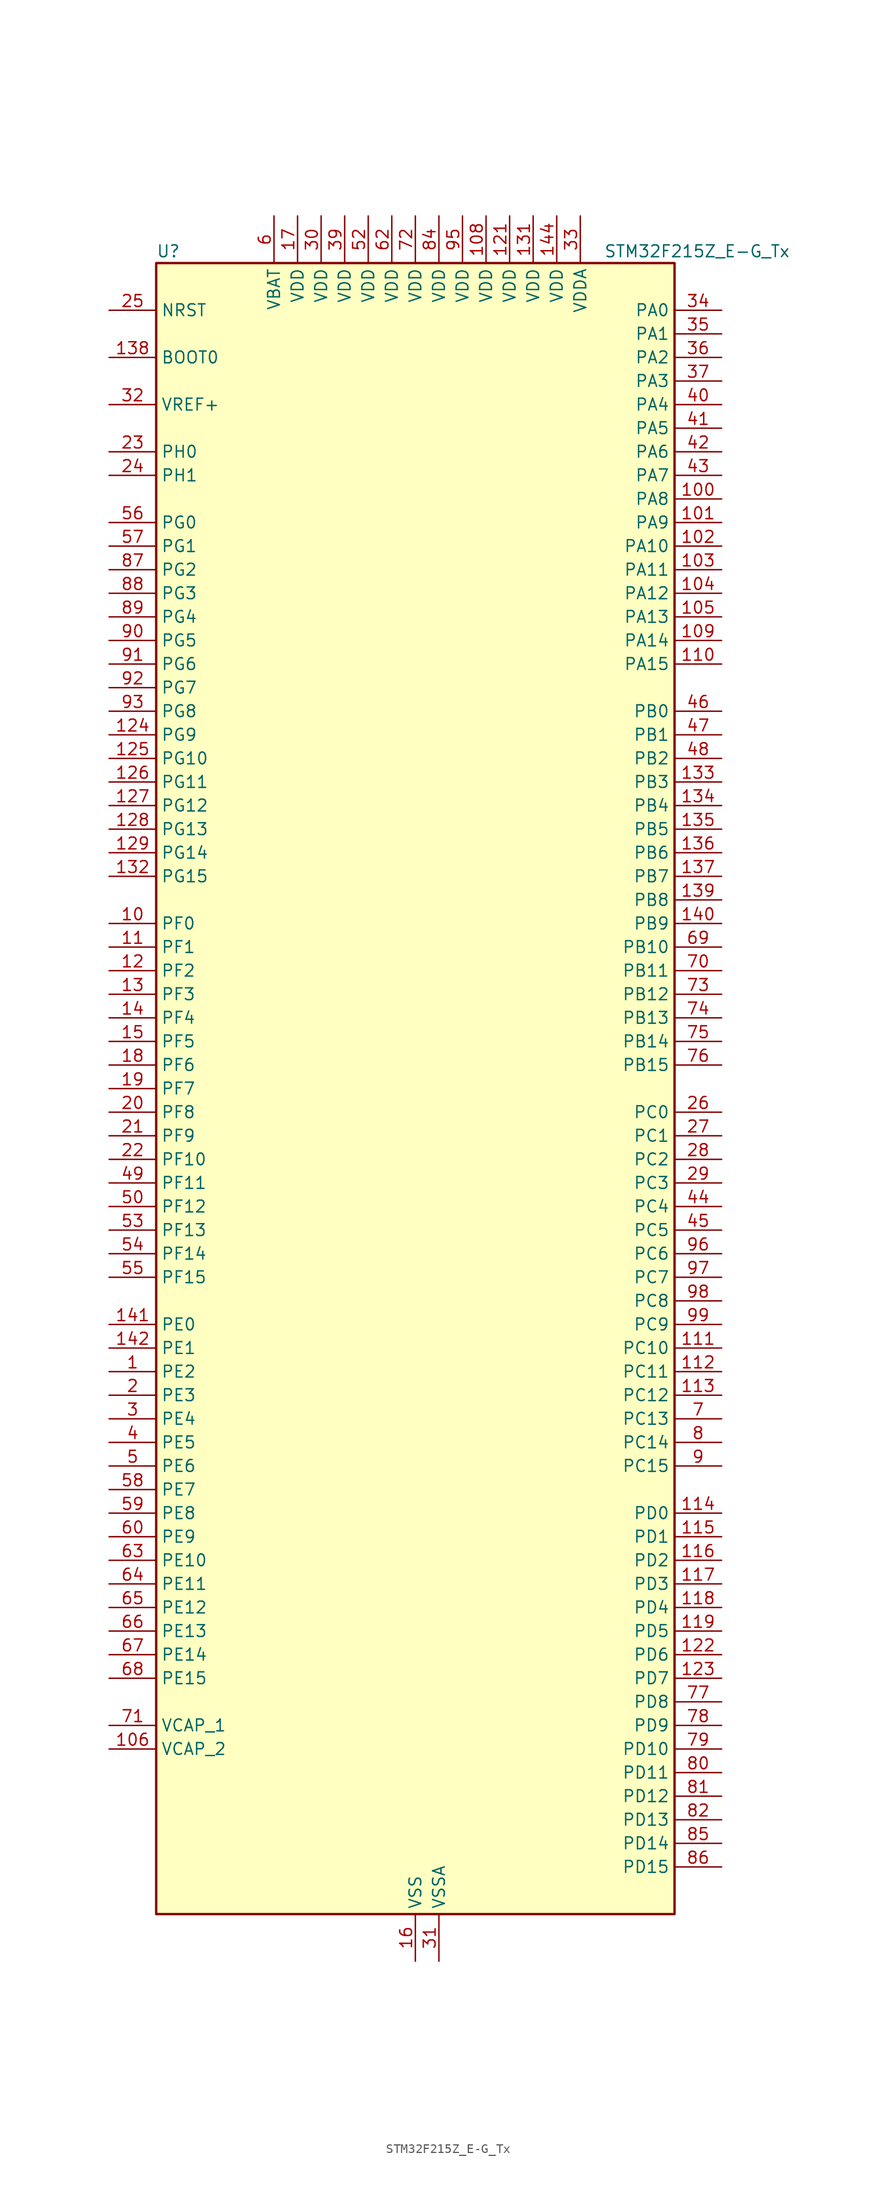
<source format=kicad_sym>
(kicad_symbol_lib
  (version 20241209)
  (generator "kicad_symbol_editor")
  (generator_version "9.0")
  (symbol "STM32F215Z_E-G_Tx"
    (property "Reference" "U"
      (at -27.94 90.17 0)
      (effects (font (size 1.27 1.27)) (justify left)))
    (property "Value" "STM32F215Z_E-G_Tx"
      (at 20.32 90.17 0)
      (effects (font (size 1.27 1.27)) (justify left)))
    (symbol "STM32F215Z_E-G_Tx_0_1"
      (rectangle (start -27.94 -88.9) (end 27.94 88.9) (stroke (width 0.254) (type default)) (fill (type background))))
    (symbol "STM32F215Z_E-G_Tx_1_1"
      (pin input line (at -33.02 83.82 0) (length 5.08) (name "NRST" (effects (font (size 1.27 1.27)))) (number "25" (effects (font (size 1.27 1.27)))))
      (pin input line (at -33.02 78.74 0) (length 5.08) (name "BOOT0" (effects (font (size 1.27 1.27)))) (number "138" (effects (font (size 1.27 1.27)))))
      (pin input line (at -33.02 73.66 0) (length 5.08) (name "VREF+" (effects (font (size 1.27 1.27)))) (number "32" (effects (font (size 1.27 1.27)))))
      (pin bidirectional line (at -33.02 68.58 0) (length 5.08) (name "PH0" (effects (font (size 1.27 1.27)))) (number "23" (effects (font (size 1.27 1.27)))) (alternate "RCC_OSC_IN" bidirectional line))
      (pin bidirectional line (at -33.02 66.04 0) (length 5.08) (name "PH1" (effects (font (size 1.27 1.27)))) (number "24" (effects (font (size 1.27 1.27)))) (alternate "RCC_OSC_OUT" bidirectional line))
      (pin bidirectional line (at -33.02 60.96 0) (length 5.08) (name "PG0" (effects (font (size 1.27 1.27)))) (number "56" (effects (font (size 1.27 1.27)))) (alternate "FSMC_A10" bidirectional line))
      (pin bidirectional line (at -33.02 58.42 0) (length 5.08) (name "PG1" (effects (font (size 1.27 1.27)))) (number "57" (effects (font (size 1.27 1.27)))) (alternate "FSMC_A11" bidirectional line))
      (pin bidirectional line (at -33.02 55.88 0) (length 5.08) (name "PG2" (effects (font (size 1.27 1.27)))) (number "87" (effects (font (size 1.27 1.27)))) (alternate "FSMC_A12" bidirectional line))
      (pin bidirectional line (at -33.02 53.34 0) (length 5.08) (name "PG3" (effects (font (size 1.27 1.27)))) (number "88" (effects (font (size 1.27 1.27)))) (alternate "FSMC_A13" bidirectional line))
      (pin bidirectional line (at -33.02 50.8 0) (length 5.08) (name "PG4" (effects (font (size 1.27 1.27)))) (number "89" (effects (font (size 1.27 1.27)))) (alternate "FSMC_A14" bidirectional line))
      (pin bidirectional line (at -33.02 48.26 0) (length 5.08) (name "PG5" (effects (font (size 1.27 1.27)))) (number "90" (effects (font (size 1.27 1.27)))) (alternate "FSMC_A15" bidirectional line))
      (pin bidirectional line (at -33.02 45.72 0) (length 5.08) (name "PG6" (effects (font (size 1.27 1.27)))) (number "91" (effects (font (size 1.27 1.27)))) (alternate "FSMC_INT2" bidirectional line))
      (pin bidirectional line (at -33.02 43.18 0) (length 5.08) (name "PG7" (effects (font (size 1.27 1.27)))) (number "92" (effects (font (size 1.27 1.27)))) (alternate "FSMC_INT3" bidirectional line) (alternate "USART6_CK" bidirectional line))
      (pin bidirectional line (at -33.02 40.64 0) (length 5.08) (name "PG8" (effects (font (size 1.27 1.27)))) (number "93" (effects (font (size 1.27 1.27)))) (alternate "USART6_RTS" bidirectional line))
      (pin bidirectional line (at -33.02 38.1 0) (length 5.08) (name "PG9" (effects (font (size 1.27 1.27)))) (number "124" (effects (font (size 1.27 1.27)))) (alternate "DAC_EXTI9" bidirectional line) (alternate "FSMC_NCE3" bidirectional line) (alternate "FSMC_NE2" bidirectional line) (alternate "USART6_RX" bidirectional line))
      (pin bidirectional line (at -33.02 35.56 0) (length 5.08) (name "PG10" (effects (font (size 1.27 1.27)))) (number "125" (effects (font (size 1.27 1.27)))) (alternate "FSMC_NCE4_1" bidirectional line) (alternate "FSMC_NE3" bidirectional line))
      (pin bidirectional line (at -33.02 33.02 0) (length 5.08) (name "PG11" (effects (font (size 1.27 1.27)))) (number "126" (effects (font (size 1.27 1.27)))) (alternate "ADC1_EXTI11" bidirectional line) (alternate "ADC2_EXTI11" bidirectional line) (alternate "ADC3_EXTI11" bidirectional line) (alternate "FSMC_NCE4_2" bidirectional line))
      (pin bidirectional line (at -33.02 30.48 0) (length 5.08) (name "PG12" (effects (font (size 1.27 1.27)))) (number "127" (effects (font (size 1.27 1.27)))) (alternate "FSMC_NE4" bidirectional line) (alternate "USART6_RTS" bidirectional line))
      (pin bidirectional line (at -33.02 27.94 0) (length 5.08) (name "PG13" (effects (font (size 1.27 1.27)))) (number "128" (effects (font (size 1.27 1.27)))) (alternate "FSMC_A24" bidirectional line) (alternate "USART6_CTS" bidirectional line))
      (pin bidirectional line (at -33.02 25.4 0) (length 5.08) (name "PG14" (effects (font (size 1.27 1.27)))) (number "129" (effects (font (size 1.27 1.27)))) (alternate "FSMC_A25" bidirectional line) (alternate "USART6_TX" bidirectional line))
      (pin bidirectional line (at -33.02 22.86 0) (length 5.08) (name "PG15" (effects (font (size 1.27 1.27)))) (number "132" (effects (font (size 1.27 1.27)))) (alternate "ADC1_EXTI15" bidirectional line) (alternate "ADC2_EXTI15" bidirectional line) (alternate "ADC3_EXTI15" bidirectional line) (alternate "USART6_CTS" bidirectional line))
      (pin bidirectional line (at -33.02 17.78 0) (length 5.08) (name "PF0" (effects (font (size 1.27 1.27)))) (number "10" (effects (font (size 1.27 1.27)))) (alternate "FSMC_A0" bidirectional line) (alternate "I2C2_SDA" bidirectional line))
      (pin bidirectional line (at -33.02 15.24 0) (length 5.08) (name "PF1" (effects (font (size 1.27 1.27)))) (number "11" (effects (font (size 1.27 1.27)))) (alternate "FSMC_A1" bidirectional line) (alternate "I2C2_SCL" bidirectional line))
      (pin bidirectional line (at -33.02 12.7 0) (length 5.08) (name "PF2" (effects (font (size 1.27 1.27)))) (number "12" (effects (font (size 1.27 1.27)))) (alternate "FSMC_A2" bidirectional line) (alternate "I2C2_SMBA" bidirectional line))
      (pin bidirectional line (at -33.02 10.16 0) (length 5.08) (name "PF3" (effects (font (size 1.27 1.27)))) (number "13" (effects (font (size 1.27 1.27)))) (alternate "ADC3_IN9" bidirectional line) (alternate "FSMC_A3" bidirectional line))
      (pin bidirectional line (at -33.02 7.62 0) (length 5.08) (name "PF4" (effects (font (size 1.27 1.27)))) (number "14" (effects (font (size 1.27 1.27)))) (alternate "ADC3_IN14" bidirectional line) (alternate "FSMC_A4" bidirectional line))
      (pin bidirectional line (at -33.02 5.08 0) (length 5.08) (name "PF5" (effects (font (size 1.27 1.27)))) (number "15" (effects (font (size 1.27 1.27)))) (alternate "ADC3_IN15" bidirectional line) (alternate "FSMC_A5" bidirectional line))
      (pin bidirectional line (at -33.02 2.54 0) (length 5.08) (name "PF6" (effects (font (size 1.27 1.27)))) (number "18" (effects (font (size 1.27 1.27)))) (alternate "ADC3_IN4" bidirectional line) (alternate "FSMC_NIORD" bidirectional line) (alternate "TIM10_CH1" bidirectional line))
      (pin bidirectional line (at -33.02 0 0) (length 5.08) (name "PF7" (effects (font (size 1.27 1.27)))) (number "19" (effects (font (size 1.27 1.27)))) (alternate "ADC3_IN5" bidirectional line) (alternate "FSMC_NREG" bidirectional line) (alternate "TIM11_CH1" bidirectional line))
      (pin bidirectional line (at -33.02 -2.54 0) (length 5.08) (name "PF8" (effects (font (size 1.27 1.27)))) (number "20" (effects (font (size 1.27 1.27)))) (alternate "ADC3_IN6" bidirectional line) (alternate "FSMC_NIOWR" bidirectional line) (alternate "TIM13_CH1" bidirectional line))
      (pin bidirectional line (at -33.02 -5.08 0) (length 5.08) (name "PF9" (effects (font (size 1.27 1.27)))) (number "21" (effects (font (size 1.27 1.27)))) (alternate "ADC3_IN7" bidirectional line) (alternate "DAC_EXTI9" bidirectional line) (alternate "FSMC_CD" bidirectional line) (alternate "TIM14_CH1" bidirectional line))
      (pin bidirectional line (at -33.02 -7.62 0) (length 5.08) (name "PF10" (effects (font (size 1.27 1.27)))) (number "22" (effects (font (size 1.27 1.27)))) (alternate "ADC3_IN8" bidirectional line) (alternate "FSMC_INTR" bidirectional line))
      (pin bidirectional line (at -33.02 -10.16 0) (length 5.08) (name "PF11" (effects (font (size 1.27 1.27)))) (number "49" (effects (font (size 1.27 1.27)))) (alternate "ADC1_EXTI11" bidirectional line) (alternate "ADC2_EXTI11" bidirectional line) (alternate "ADC3_EXTI11" bidirectional line))
      (pin bidirectional line (at -33.02 -12.7 0) (length 5.08) (name "PF12" (effects (font (size 1.27 1.27)))) (number "50" (effects (font (size 1.27 1.27)))) (alternate "FSMC_A6" bidirectional line))
      (pin bidirectional line (at -33.02 -15.24 0) (length 5.08) (name "PF13" (effects (font (size 1.27 1.27)))) (number "53" (effects (font (size 1.27 1.27)))) (alternate "FSMC_A7" bidirectional line))
      (pin bidirectional line (at -33.02 -17.78 0) (length 5.08) (name "PF14" (effects (font (size 1.27 1.27)))) (number "54" (effects (font (size 1.27 1.27)))) (alternate "FSMC_A8" bidirectional line))
      (pin bidirectional line (at -33.02 -20.32 0) (length 5.08) (name "PF15" (effects (font (size 1.27 1.27)))) (number "55" (effects (font (size 1.27 1.27)))) (alternate "ADC1_EXTI15" bidirectional line) (alternate "ADC2_EXTI15" bidirectional line) (alternate "ADC3_EXTI15" bidirectional line) (alternate "FSMC_A9" bidirectional line))
      (pin bidirectional line (at -33.02 -25.4 0) (length 5.08) (name "PE0" (effects (font (size 1.27 1.27)))) (number "141" (effects (font (size 1.27 1.27)))) (alternate "FSMC_NBL0" bidirectional line) (alternate "TIM4_ETR" bidirectional line))
      (pin bidirectional line (at -33.02 -27.94 0) (length 5.08) (name "PE1" (effects (font (size 1.27 1.27)))) (number "142" (effects (font (size 1.27 1.27)))) (alternate "FSMC_NBL1" bidirectional line))
      (pin bidirectional line (at -33.02 -30.48 0) (length 5.08) (name "PE2" (effects (font (size 1.27 1.27)))) (number "1" (effects (font (size 1.27 1.27)))) (alternate "FSMC_A23" bidirectional line) (alternate "SYS_TRACECLK" bidirectional line))
      (pin bidirectional line (at -33.02 -33.02 0) (length 5.08) (name "PE3" (effects (font (size 1.27 1.27)))) (number "2" (effects (font (size 1.27 1.27)))) (alternate "FSMC_A19" bidirectional line) (alternate "SYS_TRACED0" bidirectional line))
      (pin bidirectional line (at -33.02 -35.56 0) (length 5.08) (name "PE4" (effects (font (size 1.27 1.27)))) (number "3" (effects (font (size 1.27 1.27)))) (alternate "FSMC_A20" bidirectional line) (alternate "SYS_TRACED1" bidirectional line))
      (pin bidirectional line (at -33.02 -38.1 0) (length 5.08) (name "PE5" (effects (font (size 1.27 1.27)))) (number "4" (effects (font (size 1.27 1.27)))) (alternate "FSMC_A21" bidirectional line) (alternate "SYS_TRACED2" bidirectional line) (alternate "TIM9_CH1" bidirectional line))
      (pin bidirectional line (at -33.02 -40.64 0) (length 5.08) (name "PE6" (effects (font (size 1.27 1.27)))) (number "5" (effects (font (size 1.27 1.27)))) (alternate "FSMC_A22" bidirectional line) (alternate "SYS_TRACED3" bidirectional line) (alternate "TIM9_CH2" bidirectional line))
      (pin bidirectional line (at -33.02 -43.18 0) (length 5.08) (name "PE7" (effects (font (size 1.27 1.27)))) (number "58" (effects (font (size 1.27 1.27)))) (alternate "FSMC_D4" bidirectional line) (alternate "FSMC_DA4" bidirectional line) (alternate "TIM1_ETR" bidirectional line))
      (pin bidirectional line (at -33.02 -45.72 0) (length 5.08) (name "PE8" (effects (font (size 1.27 1.27)))) (number "59" (effects (font (size 1.27 1.27)))) (alternate "FSMC_D5" bidirectional line) (alternate "FSMC_DA5" bidirectional line) (alternate "TIM1_CH1N" bidirectional line))
      (pin bidirectional line (at -33.02 -48.26 0) (length 5.08) (name "PE9" (effects (font (size 1.27 1.27)))) (number "60" (effects (font (size 1.27 1.27)))) (alternate "DAC_EXTI9" bidirectional line) (alternate "FSMC_D6" bidirectional line) (alternate "FSMC_DA6" bidirectional line) (alternate "TIM1_CH1" bidirectional line))
      (pin bidirectional line (at -33.02 -50.8 0) (length 5.08) (name "PE10" (effects (font (size 1.27 1.27)))) (number "63" (effects (font (size 1.27 1.27)))) (alternate "FSMC_D7" bidirectional line) (alternate "FSMC_DA7" bidirectional line) (alternate "TIM1_CH2N" bidirectional line))
      (pin bidirectional line (at -33.02 -53.34 0) (length 5.08) (name "PE11" (effects (font (size 1.27 1.27)))) (number "64" (effects (font (size 1.27 1.27)))) (alternate "ADC1_EXTI11" bidirectional line) (alternate "ADC2_EXTI11" bidirectional line) (alternate "ADC3_EXTI11" bidirectional line) (alternate "FSMC_D8" bidirectional line) (alternate "FSMC_DA8" bidirectional line) (alternate "TIM1_CH2" bidirectional line))
      (pin bidirectional line (at -33.02 -55.88 0) (length 5.08) (name "PE12" (effects (font (size 1.27 1.27)))) (number "65" (effects (font (size 1.27 1.27)))) (alternate "FSMC_D9" bidirectional line) (alternate "FSMC_DA9" bidirectional line) (alternate "TIM1_CH3N" bidirectional line))
      (pin bidirectional line (at -33.02 -58.42 0) (length 5.08) (name "PE13" (effects (font (size 1.27 1.27)))) (number "66" (effects (font (size 1.27 1.27)))) (alternate "FSMC_D10" bidirectional line) (alternate "FSMC_DA10" bidirectional line) (alternate "TIM1_CH3" bidirectional line))
      (pin bidirectional line (at -33.02 -60.96 0) (length 5.08) (name "PE14" (effects (font (size 1.27 1.27)))) (number "67" (effects (font (size 1.27 1.27)))) (alternate "FSMC_D11" bidirectional line) (alternate "FSMC_DA11" bidirectional line) (alternate "TIM1_CH4" bidirectional line))
      (pin bidirectional line (at -33.02 -63.5 0) (length 5.08) (name "PE15" (effects (font (size 1.27 1.27)))) (number "68" (effects (font (size 1.27 1.27)))) (alternate "ADC1_EXTI15" bidirectional line) (alternate "ADC2_EXTI15" bidirectional line) (alternate "ADC3_EXTI15" bidirectional line) (alternate "FSMC_D12" bidirectional line) (alternate "FSMC_DA12" bidirectional line) (alternate "TIM1_BKIN" bidirectional line))
      (pin power_out line (at -33.02 -68.58 0) (length 5.08) (name "VCAP_1" (effects (font (size 1.27 1.27)))) (number "71" (effects (font (size 1.27 1.27)))))
      (pin power_out line (at -33.02 -71.12 0) (length 5.08) (name "VCAP_2" (effects (font (size 1.27 1.27)))) (number "106" (effects (font (size 1.27 1.27)))))
      (pin no_connect line (at -27.94 -88.9 0) (length 5.08) (hide yes) (name "RFU" (effects (font (size 1.27 1.27)))) (number "143" (effects (font (size 1.27 1.27)))))
      (pin power_in line (at -15.24 93.98 270) (length 5.08) (name "VBAT" (effects (font (size 1.27 1.27)))) (number "6" (effects (font (size 1.27 1.27)))))
      (pin power_in line (at -12.7 93.98 270) (length 5.08) (name "VDD" (effects (font (size 1.27 1.27)))) (number "17" (effects (font (size 1.27 1.27)))))
      (pin power_in line (at -10.16 93.98 270) (length 5.08) (name "VDD" (effects (font (size 1.27 1.27)))) (number "30" (effects (font (size 1.27 1.27)))))
      (pin power_in line (at -7.62 93.98 270) (length 5.08) (name "VDD" (effects (font (size 1.27 1.27)))) (number "39" (effects (font (size 1.27 1.27)))))
      (pin power_in line (at -5.08 93.98 270) (length 5.08) (name "VDD" (effects (font (size 1.27 1.27)))) (number "52" (effects (font (size 1.27 1.27)))))
      (pin power_in line (at -2.54 93.98 270) (length 5.08) (name "VDD" (effects (font (size 1.27 1.27)))) (number "62" (effects (font (size 1.27 1.27)))))
      (pin power_in line (at 0 93.98 270) (length 5.08) (name "VDD" (effects (font (size 1.27 1.27)))) (number "72" (effects (font (size 1.27 1.27)))))
      (pin passive line (at 0 -93.98 90) (length 5.08) (hide yes) (name "VSS" (effects (font (size 1.27 1.27)))) (number "107" (effects (font (size 1.27 1.27)))))
      (pin passive line (at 0 -93.98 90) (length 5.08) (hide yes) (name "VSS" (effects (font (size 1.27 1.27)))) (number "120" (effects (font (size 1.27 1.27)))))
      (pin passive line (at 0 -93.98 90) (length 5.08) (hide yes) (name "VSS" (effects (font (size 1.27 1.27)))) (number "130" (effects (font (size 1.27 1.27)))))
      (pin power_in line (at 0 -93.98 90) (length 5.08) (name "VSS" (effects (font (size 1.27 1.27)))) (number "16" (effects (font (size 1.27 1.27)))))
      (pin passive line (at 0 -93.98 90) (length 5.08) (hide yes) (name "VSS" (effects (font (size 1.27 1.27)))) (number "38" (effects (font (size 1.27 1.27)))))
      (pin passive line (at 0 -93.98 90) (length 5.08) (hide yes) (name "VSS" (effects (font (size 1.27 1.27)))) (number "51" (effects (font (size 1.27 1.27)))))
      (pin passive line (at 0 -93.98 90) (length 5.08) (hide yes) (name "VSS" (effects (font (size 1.27 1.27)))) (number "61" (effects (font (size 1.27 1.27)))))
      (pin passive line (at 0 -93.98 90) (length 5.08) (hide yes) (name "VSS" (effects (font (size 1.27 1.27)))) (number "83" (effects (font (size 1.27 1.27)))))
      (pin passive line (at 0 -93.98 90) (length 5.08) (hide yes) (name "VSS" (effects (font (size 1.27 1.27)))) (number "94" (effects (font (size 1.27 1.27)))))
      (pin power_in line (at 2.54 93.98 270) (length 5.08) (name "VDD" (effects (font (size 1.27 1.27)))) (number "84" (effects (font (size 1.27 1.27)))))
      (pin power_in line (at 2.54 -93.98 90) (length 5.08) (name "VSSA" (effects (font (size 1.27 1.27)))) (number "31" (effects (font (size 1.27 1.27)))))
      (pin power_in line (at 5.08 93.98 270) (length 5.08) (name "VDD" (effects (font (size 1.27 1.27)))) (number "95" (effects (font (size 1.27 1.27)))))
      (pin power_in line (at 7.62 93.98 270) (length 5.08) (name "VDD" (effects (font (size 1.27 1.27)))) (number "108" (effects (font (size 1.27 1.27)))))
      (pin power_in line (at 10.16 93.98 270) (length 5.08) (name "VDD" (effects (font (size 1.27 1.27)))) (number "121" (effects (font (size 1.27 1.27)))))
      (pin power_in line (at 12.7 93.98 270) (length 5.08) (name "VDD" (effects (font (size 1.27 1.27)))) (number "131" (effects (font (size 1.27 1.27)))))
      (pin power_in line (at 15.24 93.98 270) (length 5.08) (name "VDD" (effects (font (size 1.27 1.27)))) (number "144" (effects (font (size 1.27 1.27)))))
      (pin power_in line (at 17.78 93.98 270) (length 5.08) (name "VDDA" (effects (font (size 1.27 1.27)))) (number "33" (effects (font (size 1.27 1.27)))))
      (pin bidirectional line (at 33.02 83.82 180) (length 5.08) (name "PA0" (effects (font (size 1.27 1.27)))) (number "34" (effects (font (size 1.27 1.27)))) (alternate "ADC1_IN0" bidirectional line) (alternate "ADC2_IN0" bidirectional line) (alternate "ADC3_IN0" bidirectional line) (alternate "SYS_WKUP" bidirectional line) (alternate "TIM2_CH1" bidirectional line) (alternate "TIM2_ETR" bidirectional line) (alternate "TIM5_CH1" bidirectional line) (alternate "TIM8_ETR" bidirectional line) (alternate "UART4_TX" bidirectional line) (alternate "USART2_CTS" bidirectional line))
      (pin bidirectional line (at 33.02 81.28 180) (length 5.08) (name "PA1" (effects (font (size 1.27 1.27)))) (number "35" (effects (font (size 1.27 1.27)))) (alternate "ADC1_IN1" bidirectional line) (alternate "ADC2_IN1" bidirectional line) (alternate "ADC3_IN1" bidirectional line) (alternate "TIM2_CH2" bidirectional line) (alternate "TIM5_CH2" bidirectional line) (alternate "UART4_RX" bidirectional line) (alternate "USART2_RTS" bidirectional line))
      (pin bidirectional line (at 33.02 78.74 180) (length 5.08) (name "PA2" (effects (font (size 1.27 1.27)))) (number "36" (effects (font (size 1.27 1.27)))) (alternate "ADC1_IN2" bidirectional line) (alternate "ADC2_IN2" bidirectional line) (alternate "ADC3_IN2" bidirectional line) (alternate "TIM2_CH3" bidirectional line) (alternate "TIM5_CH3" bidirectional line) (alternate "TIM9_CH1" bidirectional line) (alternate "USART2_TX" bidirectional line))
      (pin bidirectional line (at 33.02 76.2 180) (length 5.08) (name "PA3" (effects (font (size 1.27 1.27)))) (number "37" (effects (font (size 1.27 1.27)))) (alternate "ADC1_IN3" bidirectional line) (alternate "ADC2_IN3" bidirectional line) (alternate "ADC3_IN3" bidirectional line) (alternate "TIM2_CH4" bidirectional line) (alternate "TIM5_CH4" bidirectional line) (alternate "TIM9_CH2" bidirectional line) (alternate "USART2_RX" bidirectional line) (alternate "USB_OTG_HS_ULPI_D0" bidirectional line))
      (pin bidirectional line (at 33.02 73.66 180) (length 5.08) (name "PA4" (effects (font (size 1.27 1.27)))) (number "40" (effects (font (size 1.27 1.27)))) (alternate "ADC1_IN4" bidirectional line) (alternate "ADC2_IN4" bidirectional line) (alternate "DAC_OUT1" bidirectional line) (alternate "I2S3_WS" bidirectional line) (alternate "SPI1_NSS" bidirectional line) (alternate "SPI3_NSS" bidirectional line) (alternate "USART2_CK" bidirectional line) (alternate "USB_OTG_HS_SOF" bidirectional line))
      (pin bidirectional line (at 33.02 71.12 180) (length 5.08) (name "PA5" (effects (font (size 1.27 1.27)))) (number "41" (effects (font (size 1.27 1.27)))) (alternate "ADC1_IN5" bidirectional line) (alternate "ADC2_IN5" bidirectional line) (alternate "DAC_OUT2" bidirectional line) (alternate "SPI1_SCK" bidirectional line) (alternate "TIM2_CH1" bidirectional line) (alternate "TIM2_ETR" bidirectional line) (alternate "TIM8_CH1N" bidirectional line) (alternate "USB_OTG_HS_ULPI_CK" bidirectional line))
      (pin bidirectional line (at 33.02 68.58 180) (length 5.08) (name "PA6" (effects (font (size 1.27 1.27)))) (number "42" (effects (font (size 1.27 1.27)))) (alternate "ADC1_IN6" bidirectional line) (alternate "ADC2_IN6" bidirectional line) (alternate "SPI1_MISO" bidirectional line) (alternate "TIM13_CH1" bidirectional line) (alternate "TIM1_BKIN" bidirectional line) (alternate "TIM3_CH1" bidirectional line) (alternate "TIM8_BKIN" bidirectional line))
      (pin bidirectional line (at 33.02 66.04 180) (length 5.08) (name "PA7" (effects (font (size 1.27 1.27)))) (number "43" (effects (font (size 1.27 1.27)))) (alternate "ADC1_IN7" bidirectional line) (alternate "ADC2_IN7" bidirectional line) (alternate "SPI1_MOSI" bidirectional line) (alternate "TIM14_CH1" bidirectional line) (alternate "TIM1_CH1N" bidirectional line) (alternate "TIM3_CH2" bidirectional line) (alternate "TIM8_CH1N" bidirectional line))
      (pin bidirectional line (at 33.02 63.5 180) (length 5.08) (name "PA8" (effects (font (size 1.27 1.27)))) (number "100" (effects (font (size 1.27 1.27)))) (alternate "I2C3_SCL" bidirectional line) (alternate "RCC_MCO_1" bidirectional line) (alternate "TIM1_CH1" bidirectional line) (alternate "USART1_CK" bidirectional line) (alternate "USB_OTG_FS_SOF" bidirectional line))
      (pin bidirectional line (at 33.02 60.96 180) (length 5.08) (name "PA9" (effects (font (size 1.27 1.27)))) (number "101" (effects (font (size 1.27 1.27)))) (alternate "DAC_EXTI9" bidirectional line) (alternate "I2C3_SMBA" bidirectional line) (alternate "TIM1_CH2" bidirectional line) (alternate "USART1_TX" bidirectional line) (alternate "USB_OTG_FS_VBUS" bidirectional line))
      (pin bidirectional line (at 33.02 58.42 180) (length 5.08) (name "PA10" (effects (font (size 1.27 1.27)))) (number "102" (effects (font (size 1.27 1.27)))) (alternate "TIM1_CH3" bidirectional line) (alternate "USART1_RX" bidirectional line) (alternate "USB_OTG_FS_ID" bidirectional line))
      (pin bidirectional line (at 33.02 55.88 180) (length 5.08) (name "PA11" (effects (font (size 1.27 1.27)))) (number "103" (effects (font (size 1.27 1.27)))) (alternate "ADC1_EXTI11" bidirectional line) (alternate "ADC2_EXTI11" bidirectional line) (alternate "ADC3_EXTI11" bidirectional line) (alternate "CAN1_RX" bidirectional line) (alternate "TIM1_CH4" bidirectional line) (alternate "USART1_CTS" bidirectional line) (alternate "USB_OTG_FS_DM" bidirectional line))
      (pin bidirectional line (at 33.02 53.34 180) (length 5.08) (name "PA12" (effects (font (size 1.27 1.27)))) (number "104" (effects (font (size 1.27 1.27)))) (alternate "CAN1_TX" bidirectional line) (alternate "TIM1_ETR" bidirectional line) (alternate "USART1_RTS" bidirectional line) (alternate "USB_OTG_FS_DP" bidirectional line))
      (pin bidirectional line (at 33.02 50.8 180) (length 5.08) (name "PA13" (effects (font (size 1.27 1.27)))) (number "105" (effects (font (size 1.27 1.27)))) (alternate "SYS_JTMS-SWDIO" bidirectional line))
      (pin bidirectional line (at 33.02 48.26 180) (length 5.08) (name "PA14" (effects (font (size 1.27 1.27)))) (number "109" (effects (font (size 1.27 1.27)))) (alternate "SYS_JTCK-SWCLK" bidirectional line))
      (pin bidirectional line (at 33.02 45.72 180) (length 5.08) (name "PA15" (effects (font (size 1.27 1.27)))) (number "110" (effects (font (size 1.27 1.27)))) (alternate "ADC1_EXTI15" bidirectional line) (alternate "ADC2_EXTI15" bidirectional line) (alternate "ADC3_EXTI15" bidirectional line) (alternate "I2S3_WS" bidirectional line) (alternate "SPI1_NSS" bidirectional line) (alternate "SPI3_NSS" bidirectional line) (alternate "SYS_JTDI" bidirectional line) (alternate "TIM2_CH1" bidirectional line) (alternate "TIM2_ETR" bidirectional line))
      (pin bidirectional line (at 33.02 40.64 180) (length 5.08) (name "PB0" (effects (font (size 1.27 1.27)))) (number "46" (effects (font (size 1.27 1.27)))) (alternate "ADC1_IN8" bidirectional line) (alternate "ADC2_IN8" bidirectional line) (alternate "TIM1_CH2N" bidirectional line) (alternate "TIM3_CH3" bidirectional line) (alternate "TIM8_CH2N" bidirectional line) (alternate "USB_OTG_HS_ULPI_D1" bidirectional line))
      (pin bidirectional line (at 33.02 38.1 180) (length 5.08) (name "PB1" (effects (font (size 1.27 1.27)))) (number "47" (effects (font (size 1.27 1.27)))) (alternate "ADC1_IN9" bidirectional line) (alternate "ADC2_IN9" bidirectional line) (alternate "TIM1_CH3N" bidirectional line) (alternate "TIM3_CH4" bidirectional line) (alternate "TIM8_CH3N" bidirectional line) (alternate "USB_OTG_HS_ULPI_D2" bidirectional line))
      (pin bidirectional line (at 33.02 35.56 180) (length 5.08) (name "PB2" (effects (font (size 1.27 1.27)))) (number "48" (effects (font (size 1.27 1.27)))))
      (pin bidirectional line (at 33.02 33.02 180) (length 5.08) (name "PB3" (effects (font (size 1.27 1.27)))) (number "133" (effects (font (size 1.27 1.27)))) (alternate "I2S3_SCK" bidirectional line) (alternate "SPI1_SCK" bidirectional line) (alternate "SPI3_SCK" bidirectional line) (alternate "SYS_JTDO-SWO" bidirectional line) (alternate "TIM2_CH2" bidirectional line))
      (pin bidirectional line (at 33.02 30.48 180) (length 5.08) (name "PB4" (effects (font (size 1.27 1.27)))) (number "134" (effects (font (size 1.27 1.27)))) (alternate "SPI1_MISO" bidirectional line) (alternate "SPI3_MISO" bidirectional line) (alternate "SYS_JTRST" bidirectional line) (alternate "TIM3_CH1" bidirectional line))
      (pin bidirectional line (at 33.02 27.94 180) (length 5.08) (name "PB5" (effects (font (size 1.27 1.27)))) (number "135" (effects (font (size 1.27 1.27)))) (alternate "CAN2_RX" bidirectional line) (alternate "I2C1_SMBA" bidirectional line) (alternate "I2S3_SD" bidirectional line) (alternate "SPI1_MOSI" bidirectional line) (alternate "SPI3_MOSI" bidirectional line) (alternate "TIM3_CH2" bidirectional line) (alternate "USB_OTG_HS_ULPI_D7" bidirectional line))
      (pin bidirectional line (at 33.02 25.4 180) (length 5.08) (name "PB6" (effects (font (size 1.27 1.27)))) (number "136" (effects (font (size 1.27 1.27)))) (alternate "CAN2_TX" bidirectional line) (alternate "I2C1_SCL" bidirectional line) (alternate "TIM4_CH1" bidirectional line) (alternate "USART1_TX" bidirectional line))
      (pin bidirectional line (at 33.02 22.86 180) (length 5.08) (name "PB7" (effects (font (size 1.27 1.27)))) (number "137" (effects (font (size 1.27 1.27)))) (alternate "FSMC_NL" bidirectional line) (alternate "I2C1_SDA" bidirectional line) (alternate "TIM4_CH2" bidirectional line) (alternate "USART1_RX" bidirectional line))
      (pin bidirectional line (at 33.02 20.32 180) (length 5.08) (name "PB8" (effects (font (size 1.27 1.27)))) (number "139" (effects (font (size 1.27 1.27)))) (alternate "CAN1_RX" bidirectional line) (alternate "I2C1_SCL" bidirectional line) (alternate "SDIO_D4" bidirectional line) (alternate "TIM10_CH1" bidirectional line) (alternate "TIM4_CH3" bidirectional line))
      (pin bidirectional line (at 33.02 17.78 180) (length 5.08) (name "PB9" (effects (font (size 1.27 1.27)))) (number "140" (effects (font (size 1.27 1.27)))) (alternate "CAN1_TX" bidirectional line) (alternate "DAC_EXTI9" bidirectional line) (alternate "I2C1_SDA" bidirectional line) (alternate "I2S2_WS" bidirectional line) (alternate "SDIO_D5" bidirectional line) (alternate "SPI2_NSS" bidirectional line) (alternate "TIM11_CH1" bidirectional line) (alternate "TIM4_CH4" bidirectional line))
      (pin bidirectional line (at 33.02 15.24 180) (length 5.08) (name "PB10" (effects (font (size 1.27 1.27)))) (number "69" (effects (font (size 1.27 1.27)))) (alternate "I2C2_SCL" bidirectional line) (alternate "I2S2_SCK" bidirectional line) (alternate "SPI2_SCK" bidirectional line) (alternate "TIM2_CH3" bidirectional line) (alternate "USART3_TX" bidirectional line) (alternate "USB_OTG_HS_ULPI_D3" bidirectional line))
      (pin bidirectional line (at 33.02 12.7 180) (length 5.08) (name "PB11" (effects (font (size 1.27 1.27)))) (number "70" (effects (font (size 1.27 1.27)))) (alternate "ADC1_EXTI11" bidirectional line) (alternate "ADC2_EXTI11" bidirectional line) (alternate "ADC3_EXTI11" bidirectional line) (alternate "I2C2_SDA" bidirectional line) (alternate "TIM2_CH4" bidirectional line) (alternate "USART3_RX" bidirectional line) (alternate "USB_OTG_HS_ULPI_D4" bidirectional line))
      (pin bidirectional line (at 33.02 10.16 180) (length 5.08) (name "PB12" (effects (font (size 1.27 1.27)))) (number "73" (effects (font (size 1.27 1.27)))) (alternate "CAN2_RX" bidirectional line) (alternate "I2C2_SMBA" bidirectional line) (alternate "I2S2_WS" bidirectional line) (alternate "SPI2_NSS" bidirectional line) (alternate "TIM1_BKIN" bidirectional line) (alternate "USART3_CK" bidirectional line) (alternate "USB_OTG_HS_ID" bidirectional line) (alternate "USB_OTG_HS_ULPI_D5" bidirectional line))
      (pin bidirectional line (at 33.02 7.62 180) (length 5.08) (name "PB13" (effects (font (size 1.27 1.27)))) (number "74" (effects (font (size 1.27 1.27)))) (alternate "CAN2_TX" bidirectional line) (alternate "I2S2_SCK" bidirectional line) (alternate "SPI2_SCK" bidirectional line) (alternate "TIM1_CH1N" bidirectional line) (alternate "USART3_CTS" bidirectional line) (alternate "USB_OTG_HS_ULPI_D6" bidirectional line) (alternate "USB_OTG_HS_VBUS" bidirectional line))
      (pin bidirectional line (at 33.02 5.08 180) (length 5.08) (name "PB14" (effects (font (size 1.27 1.27)))) (number "75" (effects (font (size 1.27 1.27)))) (alternate "SPI2_MISO" bidirectional line) (alternate "TIM12_CH1" bidirectional line) (alternate "TIM1_CH2N" bidirectional line) (alternate "TIM8_CH2N" bidirectional line) (alternate "USART3_RTS" bidirectional line) (alternate "USB_OTG_HS_DM" bidirectional line))
      (pin bidirectional line (at 33.02 2.54 180) (length 5.08) (name "PB15" (effects (font (size 1.27 1.27)))) (number "76" (effects (font (size 1.27 1.27)))) (alternate "ADC1_EXTI15" bidirectional line) (alternate "ADC2_EXTI15" bidirectional line) (alternate "ADC3_EXTI15" bidirectional line) (alternate "I2S2_SD" bidirectional line) (alternate "RTC_REFIN" bidirectional line) (alternate "SPI2_MOSI" bidirectional line) (alternate "TIM12_CH2" bidirectional line) (alternate "TIM1_CH3N" bidirectional line) (alternate "TIM8_CH3N" bidirectional line) (alternate "USB_OTG_HS_DP" bidirectional line))
      (pin bidirectional line (at 33.02 -2.54 180) (length 5.08) (name "PC0" (effects (font (size 1.27 1.27)))) (number "26" (effects (font (size 1.27 1.27)))) (alternate "ADC1_IN10" bidirectional line) (alternate "ADC2_IN10" bidirectional line) (alternate "ADC3_IN10" bidirectional line) (alternate "USB_OTG_HS_ULPI_STP" bidirectional line))
      (pin bidirectional line (at 33.02 -5.08 180) (length 5.08) (name "PC1" (effects (font (size 1.27 1.27)))) (number "27" (effects (font (size 1.27 1.27)))) (alternate "ADC1_IN11" bidirectional line) (alternate "ADC2_IN11" bidirectional line) (alternate "ADC3_IN11" bidirectional line))
      (pin bidirectional line (at 33.02 -7.62 180) (length 5.08) (name "PC2" (effects (font (size 1.27 1.27)))) (number "28" (effects (font (size 1.27 1.27)))) (alternate "ADC1_IN12" bidirectional line) (alternate "ADC2_IN12" bidirectional line) (alternate "ADC3_IN12" bidirectional line) (alternate "SPI2_MISO" bidirectional line) (alternate "USB_OTG_HS_ULPI_DIR" bidirectional line))
      (pin bidirectional line (at 33.02 -10.16 180) (length 5.08) (name "PC3" (effects (font (size 1.27 1.27)))) (number "29" (effects (font (size 1.27 1.27)))) (alternate "ADC1_IN13" bidirectional line) (alternate "ADC2_IN13" bidirectional line) (alternate "ADC3_IN13" bidirectional line) (alternate "I2S2_SD" bidirectional line) (alternate "SPI2_MOSI" bidirectional line) (alternate "USB_OTG_HS_ULPI_NXT" bidirectional line))
      (pin bidirectional line (at 33.02 -12.7 180) (length 5.08) (name "PC4" (effects (font (size 1.27 1.27)))) (number "44" (effects (font (size 1.27 1.27)))) (alternate "ADC1_IN14" bidirectional line) (alternate "ADC2_IN14" bidirectional line))
      (pin bidirectional line (at 33.02 -15.24 180) (length 5.08) (name "PC5" (effects (font (size 1.27 1.27)))) (number "45" (effects (font (size 1.27 1.27)))) (alternate "ADC1_IN15" bidirectional line) (alternate "ADC2_IN15" bidirectional line))
      (pin bidirectional line (at 33.02 -17.78 180) (length 5.08) (name "PC6" (effects (font (size 1.27 1.27)))) (number "96" (effects (font (size 1.27 1.27)))) (alternate "I2S2_MCK" bidirectional line) (alternate "SDIO_D6" bidirectional line) (alternate "TIM3_CH1" bidirectional line) (alternate "TIM8_CH1" bidirectional line) (alternate "USART6_TX" bidirectional line))
      (pin bidirectional line (at 33.02 -20.32 180) (length 5.08) (name "PC7" (effects (font (size 1.27 1.27)))) (number "97" (effects (font (size 1.27 1.27)))) (alternate "I2S3_MCK" bidirectional line) (alternate "SDIO_D7" bidirectional line) (alternate "TIM3_CH2" bidirectional line) (alternate "TIM8_CH2" bidirectional line) (alternate "USART6_RX" bidirectional line))
      (pin bidirectional line (at 33.02 -22.86 180) (length 5.08) (name "PC8" (effects (font (size 1.27 1.27)))) (number "98" (effects (font (size 1.27 1.27)))) (alternate "SDIO_D0" bidirectional line) (alternate "TIM3_CH3" bidirectional line) (alternate "TIM8_CH3" bidirectional line) (alternate "USART6_CK" bidirectional line))
      (pin bidirectional line (at 33.02 -25.4 180) (length 5.08) (name "PC9" (effects (font (size 1.27 1.27)))) (number "99" (effects (font (size 1.27 1.27)))) (alternate "DAC_EXTI9" bidirectional line) (alternate "I2C3_SDA" bidirectional line) (alternate "I2S_CKIN" bidirectional line) (alternate "RCC_MCO_2" bidirectional line) (alternate "SDIO_D1" bidirectional line) (alternate "TIM3_CH4" bidirectional line) (alternate "TIM8_CH4" bidirectional line))
      (pin bidirectional line (at 33.02 -27.94 180) (length 5.08) (name "PC10" (effects (font (size 1.27 1.27)))) (number "111" (effects (font (size 1.27 1.27)))) (alternate "I2S3_SCK" bidirectional line) (alternate "SDIO_D2" bidirectional line) (alternate "SPI3_SCK" bidirectional line) (alternate "UART4_TX" bidirectional line) (alternate "USART3_TX" bidirectional line))
      (pin bidirectional line (at 33.02 -30.48 180) (length 5.08) (name "PC11" (effects (font (size 1.27 1.27)))) (number "112" (effects (font (size 1.27 1.27)))) (alternate "ADC1_EXTI11" bidirectional line) (alternate "ADC2_EXTI11" bidirectional line) (alternate "ADC3_EXTI11" bidirectional line) (alternate "SDIO_D3" bidirectional line) (alternate "SPI3_MISO" bidirectional line) (alternate "UART4_RX" bidirectional line) (alternate "USART3_RX" bidirectional line))
      (pin bidirectional line (at 33.02 -33.02 180) (length 5.08) (name "PC12" (effects (font (size 1.27 1.27)))) (number "113" (effects (font (size 1.27 1.27)))) (alternate "I2S3_SD" bidirectional line) (alternate "SDIO_CK" bidirectional line) (alternate "SPI3_MOSI" bidirectional line) (alternate "UART5_TX" bidirectional line) (alternate "USART3_CK" bidirectional line))
      (pin bidirectional line (at 33.02 -35.56 180) (length 5.08) (name "PC13" (effects (font (size 1.27 1.27)))) (number "7" (effects (font (size 1.27 1.27)))) (alternate "RTC_AF1" bidirectional line))
      (pin bidirectional line (at 33.02 -38.1 180) (length 5.08) (name "PC14" (effects (font (size 1.27 1.27)))) (number "8" (effects (font (size 1.27 1.27)))) (alternate "RCC_OSC32_IN" bidirectional line))
      (pin bidirectional line (at 33.02 -40.64 180) (length 5.08) (name "PC15" (effects (font (size 1.27 1.27)))) (number "9" (effects (font (size 1.27 1.27)))) (alternate "ADC1_EXTI15" bidirectional line) (alternate "ADC2_EXTI15" bidirectional line) (alternate "ADC3_EXTI15" bidirectional line) (alternate "RCC_OSC32_OUT" bidirectional line))
      (pin bidirectional line (at 33.02 -45.72 180) (length 5.08) (name "PD0" (effects (font (size 1.27 1.27)))) (number "114" (effects (font (size 1.27 1.27)))) (alternate "CAN1_RX" bidirectional line) (alternate "FSMC_D2" bidirectional line) (alternate "FSMC_DA2" bidirectional line))
      (pin bidirectional line (at 33.02 -48.26 180) (length 5.08) (name "PD1" (effects (font (size 1.27 1.27)))) (number "115" (effects (font (size 1.27 1.27)))) (alternate "CAN1_TX" bidirectional line) (alternate "FSMC_D3" bidirectional line) (alternate "FSMC_DA3" bidirectional line))
      (pin bidirectional line (at 33.02 -50.8 180) (length 5.08) (name "PD2" (effects (font (size 1.27 1.27)))) (number "116" (effects (font (size 1.27 1.27)))) (alternate "SDIO_CMD" bidirectional line) (alternate "TIM3_ETR" bidirectional line) (alternate "UART5_RX" bidirectional line))
      (pin bidirectional line (at 33.02 -53.34 180) (length 5.08) (name "PD3" (effects (font (size 1.27 1.27)))) (number "117" (effects (font (size 1.27 1.27)))) (alternate "FSMC_CLK" bidirectional line) (alternate "USART2_CTS" bidirectional line))
      (pin bidirectional line (at 33.02 -55.88 180) (length 5.08) (name "PD4" (effects (font (size 1.27 1.27)))) (number "118" (effects (font (size 1.27 1.27)))) (alternate "FSMC_NOE" bidirectional line) (alternate "USART2_RTS" bidirectional line))
      (pin bidirectional line (at 33.02 -58.42 180) (length 5.08) (name "PD5" (effects (font (size 1.27 1.27)))) (number "119" (effects (font (size 1.27 1.27)))) (alternate "FSMC_NWE" bidirectional line) (alternate "USART2_TX" bidirectional line))
      (pin bidirectional line (at 33.02 -60.96 180) (length 5.08) (name "PD6" (effects (font (size 1.27 1.27)))) (number "122" (effects (font (size 1.27 1.27)))) (alternate "FSMC_NWAIT" bidirectional line) (alternate "USART2_RX" bidirectional line))
      (pin bidirectional line (at 33.02 -63.5 180) (length 5.08) (name "PD7" (effects (font (size 1.27 1.27)))) (number "123" (effects (font (size 1.27 1.27)))) (alternate "FSMC_NCE2" bidirectional line) (alternate "FSMC_NE1" bidirectional line) (alternate "USART2_CK" bidirectional line))
      (pin bidirectional line (at 33.02 -66.04 180) (length 5.08) (name "PD8" (effects (font (size 1.27 1.27)))) (number "77" (effects (font (size 1.27 1.27)))) (alternate "FSMC_D13" bidirectional line) (alternate "FSMC_DA13" bidirectional line) (alternate "USART3_TX" bidirectional line))
      (pin bidirectional line (at 33.02 -68.58 180) (length 5.08) (name "PD9" (effects (font (size 1.27 1.27)))) (number "78" (effects (font (size 1.27 1.27)))) (alternate "DAC_EXTI9" bidirectional line) (alternate "FSMC_D14" bidirectional line) (alternate "FSMC_DA14" bidirectional line) (alternate "USART3_RX" bidirectional line))
      (pin bidirectional line (at 33.02 -71.12 180) (length 5.08) (name "PD10" (effects (font (size 1.27 1.27)))) (number "79" (effects (font (size 1.27 1.27)))) (alternate "FSMC_D15" bidirectional line) (alternate "FSMC_DA15" bidirectional line) (alternate "USART3_CK" bidirectional line))
      (pin bidirectional line (at 33.02 -73.66 180) (length 5.08) (name "PD11" (effects (font (size 1.27 1.27)))) (number "80" (effects (font (size 1.27 1.27)))) (alternate "ADC1_EXTI11" bidirectional line) (alternate "ADC2_EXTI11" bidirectional line) (alternate "ADC3_EXTI11" bidirectional line) (alternate "FSMC_A16" bidirectional line) (alternate "FSMC_CLE" bidirectional line) (alternate "USART3_CTS" bidirectional line))
      (pin bidirectional line (at 33.02 -76.2 180) (length 5.08) (name "PD12" (effects (font (size 1.27 1.27)))) (number "81" (effects (font (size 1.27 1.27)))) (alternate "FSMC_A17" bidirectional line) (alternate "FSMC_ALE" bidirectional line) (alternate "TIM4_CH1" bidirectional line) (alternate "USART3_RTS" bidirectional line))
      (pin bidirectional line (at 33.02 -78.74 180) (length 5.08) (name "PD13" (effects (font (size 1.27 1.27)))) (number "82" (effects (font (size 1.27 1.27)))) (alternate "FSMC_A18" bidirectional line) (alternate "TIM4_CH2" bidirectional line))
      (pin bidirectional line (at 33.02 -81.28 180) (length 5.08) (name "PD14" (effects (font (size 1.27 1.27)))) (number "85" (effects (font (size 1.27 1.27)))) (alternate "FSMC_D0" bidirectional line) (alternate "FSMC_DA0" bidirectional line) (alternate "TIM4_CH3" bidirectional line))
      (pin bidirectional line (at 33.02 -83.82 180) (length 5.08) (name "PD15" (effects (font (size 1.27 1.27)))) (number "86" (effects (font (size 1.27 1.27)))) (alternate "ADC1_EXTI15" bidirectional line) (alternate "ADC2_EXTI15" bidirectional line) (alternate "ADC3_EXTI15" bidirectional line) (alternate "FSMC_D1" bidirectional line) (alternate "FSMC_DA1" bidirectional line) (alternate "TIM4_CH4" bidirectional line)))))
</source>
